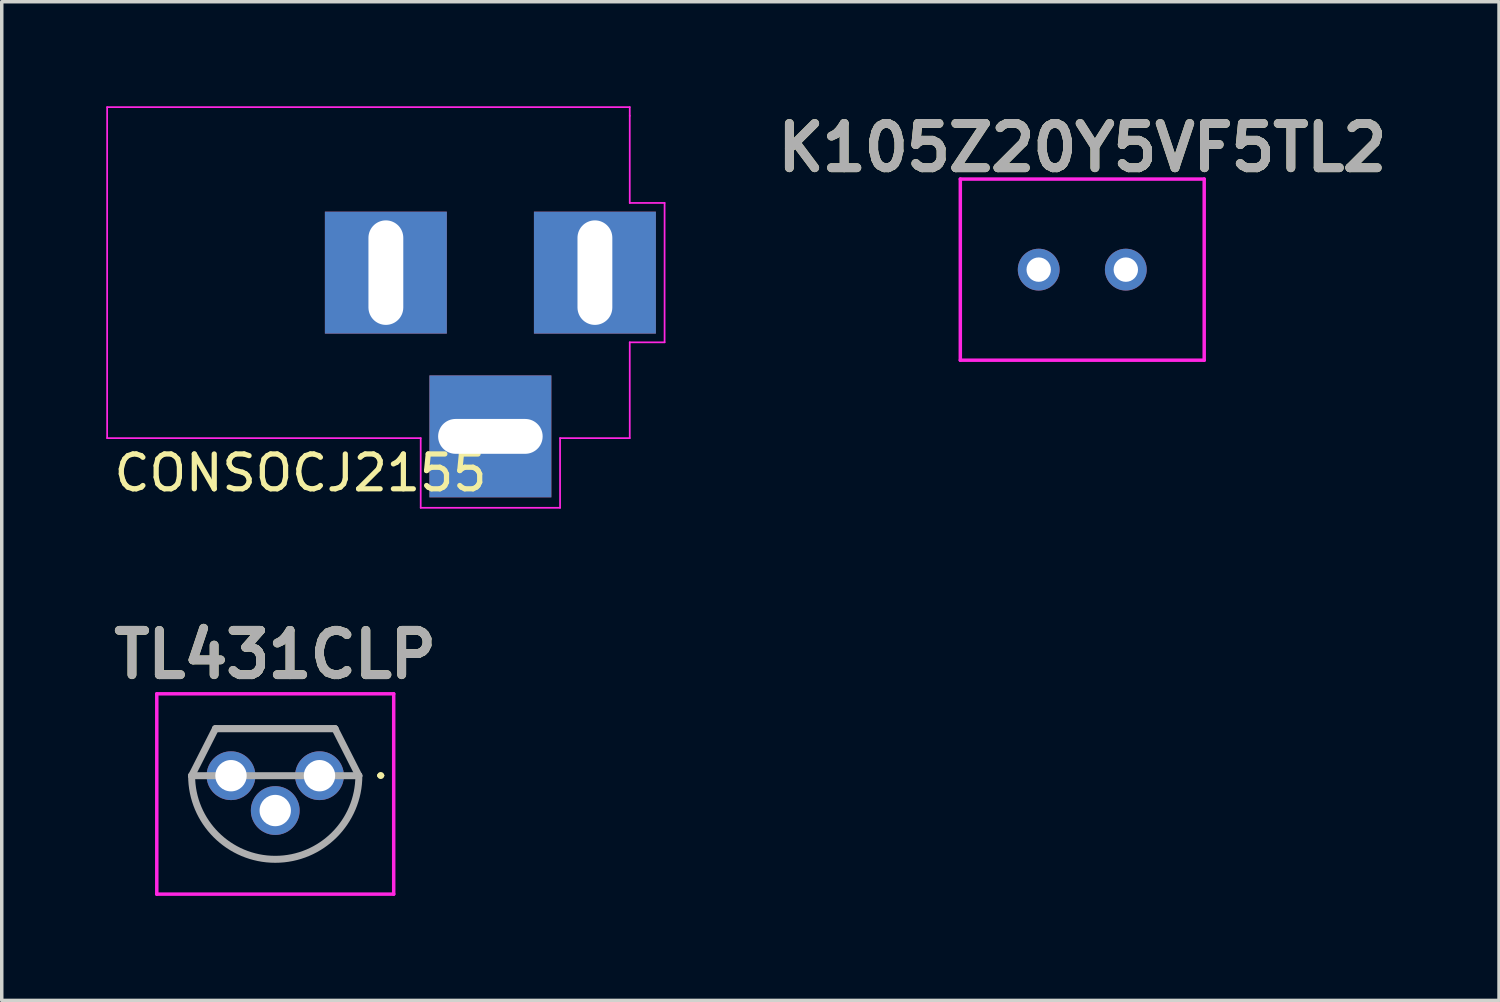
<source format=kicad_pcb>
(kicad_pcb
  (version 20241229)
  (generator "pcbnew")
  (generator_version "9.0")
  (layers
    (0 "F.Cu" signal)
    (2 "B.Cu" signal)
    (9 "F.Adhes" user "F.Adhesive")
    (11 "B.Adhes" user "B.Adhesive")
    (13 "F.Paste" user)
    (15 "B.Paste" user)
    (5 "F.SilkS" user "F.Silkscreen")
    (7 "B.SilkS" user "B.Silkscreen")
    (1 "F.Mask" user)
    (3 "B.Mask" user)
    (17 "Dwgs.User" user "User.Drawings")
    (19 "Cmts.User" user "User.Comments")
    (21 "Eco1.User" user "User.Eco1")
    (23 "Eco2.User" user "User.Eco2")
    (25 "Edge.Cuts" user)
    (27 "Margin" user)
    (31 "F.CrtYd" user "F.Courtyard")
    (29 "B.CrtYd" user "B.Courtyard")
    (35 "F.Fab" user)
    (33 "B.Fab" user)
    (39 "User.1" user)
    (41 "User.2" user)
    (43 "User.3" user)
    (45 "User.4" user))
  (footprint "CONSOCJ2155"
    (layer "F.Cu")
    (at 14.025 4.775)
    (property "Reference" "CONSOCJ2155" (at -8.45 5.75 180) (layer "F.SilkS") (effects (font (size 1 1) (thickness 0.15))))
    (attr through_hole)
    (fp_line (start -14 4.75) (end -14 -4.75) (stroke (width 0.05) (type solid)) (layer "F.CrtYd"))
    (fp_line (start -5 4.75) (end -14 4.75) (stroke (width 0.05) (type solid)) (layer "F.CrtYd"))
    (fp_line (start -5 6.75) (end -5 4.75) (stroke (width 0.05) (type solid)) (layer "F.CrtYd"))
    (fp_line (start -1 4.75) (end -1 6.75) (stroke (width 0.05) (type solid)) (layer "F.CrtYd"))
    (fp_line (start -1 6.75) (end -5 6.75) (stroke (width 0.05) (type solid)) (layer "F.CrtYd"))
    (fp_line (start 1 -4.75) (end -14 -4.75) (stroke (width 0.05) (type solid)) (layer "F.CrtYd"))
    (fp_line (start 1 -4.5) (end 1 -4.75) (stroke (width 0.05) (type solid)) (layer "F.CrtYd"))
    (fp_line (start 1 -4.5) (end 1 -2) (stroke (width 0.05) (type solid)) (layer "F.CrtYd"))
    (fp_line (start 1 -2) (end 2 -2) (stroke (width 0.05) (type solid)) (layer "F.CrtYd"))
    (fp_line (start 1 2) (end 1 4.75) (stroke (width 0.05) (type solid)) (layer "F.CrtYd"))
    (fp_line (start 1 4.75) (end -1 4.75) (stroke (width 0.05) (type solid)) (layer "F.CrtYd"))
    (fp_line (start 2 -2) (end 2 2) (stroke (width 0.05) (type solid)) (layer "F.CrtYd"))
    (fp_line (start 2 2) (end 1 2) (stroke (width 0.05) (type solid)) (layer "F.CrtYd"))
    (pad "1" thru_hole rect (at 0 0) (size 3.5 3.5) (drill oval 1 3) (layers "*.Cu" "*.Mask"))
    (pad "2" thru_hole rect (at -6 0) (size 3.5 3.5) (drill oval 1 3) (layers "*.Cu" "*.Mask"))
    (pad "3" thru_hole rect (at -3 4.7) (size 3.5 3.5) (drill oval 3 1) (layers "*.Cu" "*.Mask")))
  (footprint "K105Z20Y5VF5TL2"
    (layer "F.Cu")
    (at 28.013 4.689)
    (property "Reference" "K105Z20Y5VF5TL2" (at 0 -3.5 0) (layer "F.SilkS") (effects (font (size 1.27 1.27) (thickness 0.254))))
    (attr through_hole)
    (fp_line (start -3.5 -2.6) (end 3.5 -2.6) (stroke (width 0.1) (type solid)) (layer "F.CrtYd"))
    (fp_line (start -3.5 2.6) (end -3.5 -2.6) (stroke (width 0.1) (type solid)) (layer "F.CrtYd"))
    (fp_line (start 3.5 -2.6) (end 3.5 2.6) (stroke (width 0.1) (type solid)) (layer "F.CrtYd"))
    (fp_line (start 3.5 2.6) (end -3.5 2.6) (stroke (width 0.1) (type solid)) (layer "F.CrtYd"))
    (fp_text user "${REFERENCE}" (at 0 -3.5 0) (layer "F.Fab") (effects (font (size 1.27 1.27) (thickness 0.254))))
    (pad "1" thru_hole circle (at -1.25 0) (size 1.2 1.2) (drill 0.7) (layers "*.Cu" "*.Mask"))
    (pad "2" thru_hole circle (at 1.25 0) (size 1.2 1.2) (drill 0.7) (layers "*.Cu" "*.Mask")))
  (footprint "TL431CLP"
    (layer "F.Cu")
    (at 4.85 19.214)
    (property "Reference" "TL431CLP" (at 0 -3.475 0) (layer "F.SilkS") (effects (font (size 1.27 1.27) (thickness 0.254))))
    (attr through_hole)
    (fp_line (start -2.4 0) (end -1.715 -1.35) (stroke (width 0.1) (type solid)) (layer "F.SilkS"))
    (fp_line (start -1.715 -1.35) (end 1.715 -1.35) (stroke (width 0.1) (type solid)) (layer "F.SilkS"))
    (fp_line (start 1.715 -1.35) (end 2.4 0) (stroke (width 0.1) (type solid)) (layer "F.SilkS"))
    (fp_line (start 2.977 -0.005) (end 2.977 -0.005) (stroke (width 0.1) (type solid)) (layer "F.SilkS"))
    (fp_line (start 3.079 -0.005) (end 3.079 -0.005) (stroke (width 0.1) (type solid)) (layer "F.SilkS"))
    (fp_arc (start 2.977 -0.005) (mid 3.028 -0.056) (end 3.079 -0.005) (stroke (width 0.1) (type solid)) (layer "F.SilkS"))
    (fp_arc (start 3.079 -0.005) (mid 3.028 0.046) (end 2.977 -0.005) (stroke (width 0.1) (type solid)) (layer "F.SilkS"))
    (fp_line (start -3.4 -2.35) (end -3.4 3.4) (stroke (width 0.1) (type solid)) (layer "F.CrtYd"))
    (fp_line (start -3.4 3.4) (end 3.4 3.4) (stroke (width 0.1) (type solid)) (layer "F.CrtYd"))
    (fp_line (start 3.4 -2.35) (end -3.4 -2.35) (stroke (width 0.1) (type solid)) (layer "F.CrtYd"))
    (fp_line (start 3.4 3.4) (end 3.4 -2.35) (stroke (width 0.1) (type solid)) (layer "F.CrtYd"))
    (fp_line (start -2.4 0) (end -2.4 0) (stroke (width 0.2) (type solid)) (layer "F.Fab"))
    (fp_line (start -2.4 0) (end -1.715 -1.35) (stroke (width 0.2) (type solid)) (layer "F.Fab"))
    (fp_line (start -1.715 -1.35) (end 1.715 -1.35) (stroke (width 0.2) (type solid)) (layer "F.Fab"))
    (fp_line (start -1.715 -1.35) (end 1.715 -1.35) (stroke (width 0.2) (type solid)) (layer "F.Fab"))
    (fp_line (start 1.715 -1.35) (end 2.4 0) (stroke (width 0.2) (type solid)) (layer "F.Fab"))
    (fp_line (start 2.4 0) (end -2.4 0) (stroke (width 0.2) (type solid)) (layer "F.Fab"))
    (fp_arc (start 2.4 0) (mid 0 2.4) (end -2.4 0) (stroke (width 0.2) (type solid)) (layer "F.Fab"))
    (fp_text user "${REFERENCE}" (at 0 -3.475 0) (layer "F.Fab") (effects (font (size 1.27 1.27) (thickness 0.254))))
    (pad "1" thru_hole circle (at 1.27 0) (size 1.4 1.4) (drill 0.9) (layers "*.Cu" "*.Mask"))
    (pad "2" thru_hole circle (at 0 1) (size 1.4 1.4) (drill 0.9) (layers "*.Cu" "*.Mask"))
    (pad "3" thru_hole circle (at -1.27 0) (size 1.4 1.4) (drill 0.9) (layers "*.Cu" "*.Mask")))
  (gr_rect
    (start -3 -3)
    (end 39.975 25.664)
    (stroke (width 0.1) (type default))
    (fill no)
    (layer "Edge.Cuts")))
</source>
